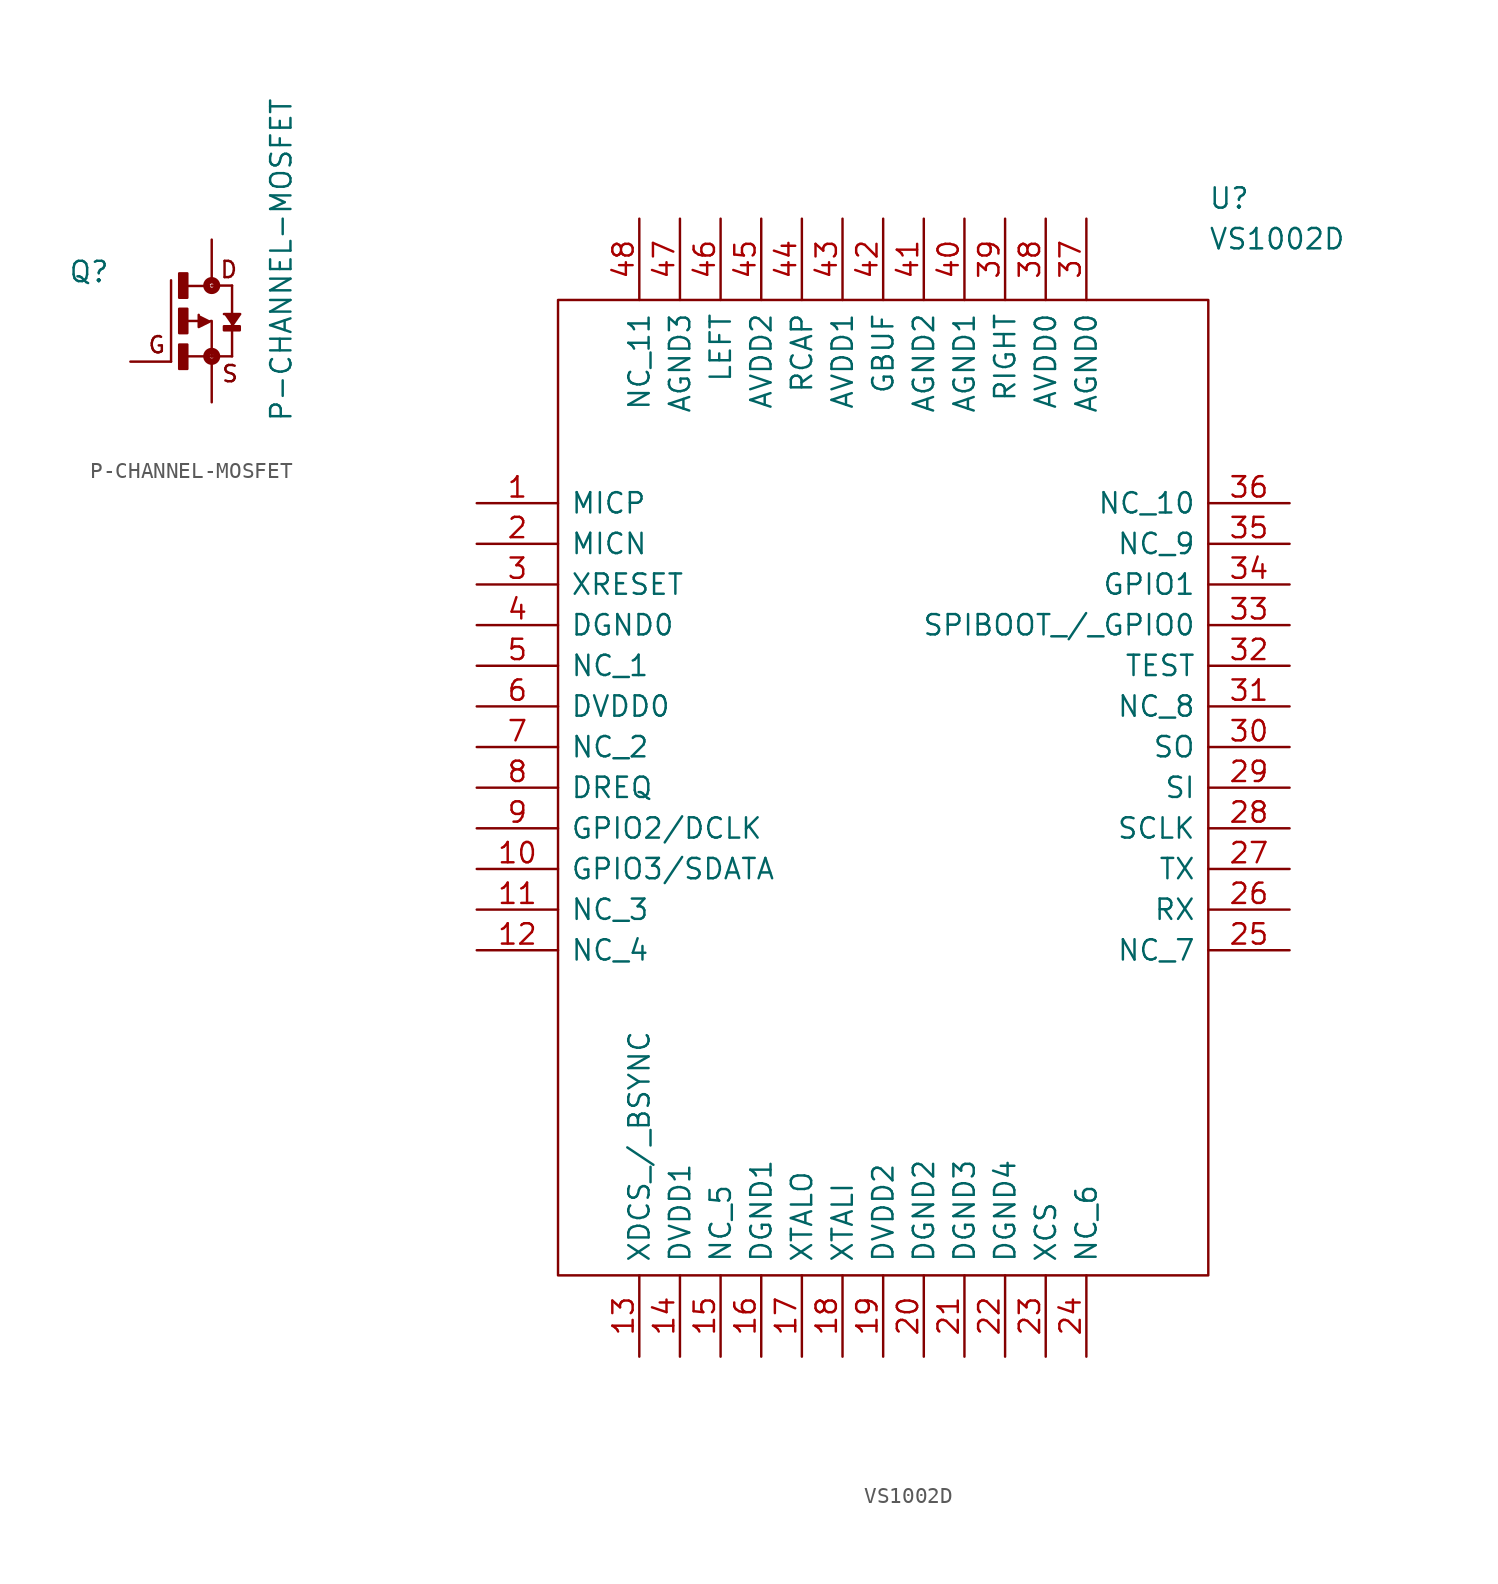
<source format=kicad_sym>
(kicad_symbol_lib
  (version 20231120)
  (generator "kicad_symbol_editor")
  (generator_version "8.0")
  (symbol "P-CHANNEL-MOSFET"
    (pin_names
      (offset 1.016))
    (property "Reference" "Q"
      (at -6.35 3.81 0)
      (effects (font (size 1.27 1.27)) (justify right top)))
    (property "Value" "P-CHANNEL-MOSFET"
      (at 5.08 -6.35 90)
      (effects (font (size 1.27 1.27)) (justify left bottom)))
    (property "ki_locked" ""
      (at 0 0 0)
      (effects (font (size 1.27 1.27))))
    (symbol "P-CHANNEL-MOSFET_1_0"
      (rectangle (start -2.032 -2.997) (end -1.524 -1.473) (stroke (width 0) (type solid)) (fill (type outline)))
      (rectangle (start -2.032 -0.762) (end -1.524 0.762) (stroke (width 0) (type solid)) (fill (type outline)))
      (rectangle (start -2.032 1.448) (end -1.524 2.972) (stroke (width 0) (type solid)) (fill (type outline)))
      (circle (center 0 -2.21) (radius 0.127) (stroke (width 0.406) (type solid)) (fill (type none)))
      (polyline (pts (xy -2.54 -2.54) (xy -2.54 2.54)) (stroke (width 0) (type solid)) (fill (type none)))
      (polyline (pts (xy -1.727 2.184) (xy -0.152 2.184)) (stroke (width 0) (type solid)) (fill (type none)))
      (polyline (pts (xy -1.651 -2.21) (xy 0.254 -2.21)) (stroke (width 0) (type solid)) (fill (type none)))
      (polyline (pts (xy -0.813 0) (xy -1.651 0)) (stroke (width 0) (type solid)) (fill (type none)))
      (polyline (pts (xy 0 0) (xy 0 -2.21)) (stroke (width 0) (type solid)) (fill (type none)))
      (polyline (pts (xy 0 2.21) (xy 1.27 2.21)) (stroke (width 0) (type solid)) (fill (type none)))
      (polyline (pts (xy 1.27 -2.21) (xy 0 -2.21)) (stroke (width 0) (type solid)) (fill (type none)))
      (polyline (pts (xy 1.27 2.21) (xy 1.27 -2.21)) (stroke (width 0) (type solid)) (fill (type none)))
      (polyline (pts (xy -0.051 0) (xy -0.813 -0.381) (xy -0.813 0.381)) (stroke (width 0) (type solid)) (fill (type outline)))
      (polyline (pts (xy 1.27 -0.305) (xy 1.778 0.432) (xy 0.762 0.432)) (stroke (width 0) (type solid)) (fill (type outline)))
      (circle (center 0 2.21) (radius 0.127) (stroke (width 0.406) (type solid)) (fill (type none)))
      (rectangle (start 0.762 -0.584) (end 1.753 -0.33) (stroke (width 0) (type solid)) (fill (type outline)))
      (text "D" (at 1.676 3.2 0) (effects (font (size 1.016 1.016)) (justify right)))
      (text "G" (at -4.039 -1.499 0) (effects (font (size 1.016 1.016)) (justify left)))
      (text "S" (at 1.727 -3.302 0) (effects (font (size 1.016 1.016)) (justify right)))
      (pin passive line (at -5.08 -2.54 0) (length 2.54) (name "G" (effects (font (size 0 0)))) (number "1" (effects (font (size 0 0)))))
      (pin passive line (at 0 -5.08 90) (length 2.54) (name "S" (effects (font (size 0 0)))) (number "2" (effects (font (size 0 0)))))
      (pin passive line (at 0 5.08 270) (length 2.54) (name "D" (effects (font (size 0 0)))) (number "3" (effects (font (size 0 0)))))))
  (symbol "VS1002D"
    (pin_names
      (offset 0.762))
    (property "Reference" "U"
      (at 20.32 35.56 0)
      (effects (font (size 1.27 1.27)) (justify left)))
    (property "Value" "VS1002D"
      (at 20.32 33.02 0)
      (effects (font (size 1.27 1.27)) (justify left)))
    (symbol "VS1002D_0_0"
      (pin bidirectional line (at -25.4 16.51 0) (length 5.08) (name "MICP" (effects (font (size 1.27 1.27)))) (number "1" (effects (font (size 1.27 1.27)))))
      (pin bidirectional line (at -25.4 -6.35 0) (length 5.08) (name "GPIO3/SDATA" (effects (font (size 1.27 1.27)))) (number "10" (effects (font (size 1.27 1.27)))))
      (pin bidirectional line (at -25.4 -8.89 0) (length 5.08) (name "NC_3" (effects (font (size 1.27 1.27)))) (number "11" (effects (font (size 1.27 1.27)))))
      (pin bidirectional line (at -25.4 -11.43 0) (length 5.08) (name "NC_4" (effects (font (size 1.27 1.27)))) (number "12" (effects (font (size 1.27 1.27)))))
      (pin bidirectional line (at -15.24 -36.83 90) (length 5.08) (name "XDCS_/_BSYNC" (effects (font (size 1.27 1.27)))) (number "13" (effects (font (size 1.27 1.27)))))
      (pin bidirectional line (at -12.7 -36.83 90) (length 5.08) (name "DVDD1" (effects (font (size 1.27 1.27)))) (number "14" (effects (font (size 1.27 1.27)))))
      (pin bidirectional line (at -10.16 -36.83 90) (length 5.08) (name "NC_5" (effects (font (size 1.27 1.27)))) (number "15" (effects (font (size 1.27 1.27)))))
      (pin bidirectional line (at -7.62 -36.83 90) (length 5.08) (name "DGND1" (effects (font (size 1.27 1.27)))) (number "16" (effects (font (size 1.27 1.27)))))
      (pin bidirectional line (at -5.08 -36.83 90) (length 5.08) (name "XTALO" (effects (font (size 1.27 1.27)))) (number "17" (effects (font (size 1.27 1.27)))))
      (pin bidirectional line (at -2.54 -36.83 90) (length 5.08) (name "XTALI" (effects (font (size 1.27 1.27)))) (number "18" (effects (font (size 1.27 1.27)))))
      (pin bidirectional line (at 0 -36.83 90) (length 5.08) (name "DVDD2" (effects (font (size 1.27 1.27)))) (number "19" (effects (font (size 1.27 1.27)))))
      (pin bidirectional line (at -25.4 13.97 0) (length 5.08) (name "MICN" (effects (font (size 1.27 1.27)))) (number "2" (effects (font (size 1.27 1.27)))))
      (pin bidirectional line (at 2.54 -36.83 90) (length 5.08) (name "DGND2" (effects (font (size 1.27 1.27)))) (number "20" (effects (font (size 1.27 1.27)))))
      (pin bidirectional line (at 5.08 -36.83 90) (length 5.08) (name "DGND3" (effects (font (size 1.27 1.27)))) (number "21" (effects (font (size 1.27 1.27)))))
      (pin bidirectional line (at 7.62 -36.83 90) (length 5.08) (name "DGND4" (effects (font (size 1.27 1.27)))) (number "22" (effects (font (size 1.27 1.27)))))
      (pin bidirectional line (at 10.16 -36.83 90) (length 5.08) (name "XCS" (effects (font (size 1.27 1.27)))) (number "23" (effects (font (size 1.27 1.27)))))
      (pin bidirectional line (at 12.7 -36.83 90) (length 5.08) (name "NC_6" (effects (font (size 1.27 1.27)))) (number "24" (effects (font (size 1.27 1.27)))))
      (pin bidirectional line (at 25.4 -11.43 180) (length 5.08) (name "NC_7" (effects (font (size 1.27 1.27)))) (number "25" (effects (font (size 1.27 1.27)))))
      (pin bidirectional line (at 25.4 -8.89 180) (length 5.08) (name "RX" (effects (font (size 1.27 1.27)))) (number "26" (effects (font (size 1.27 1.27)))))
      (pin bidirectional line (at 25.4 -6.35 180) (length 5.08) (name "TX" (effects (font (size 1.27 1.27)))) (number "27" (effects (font (size 1.27 1.27)))))
      (pin bidirectional line (at 25.4 -3.81 180) (length 5.08) (name "SCLK" (effects (font (size 1.27 1.27)))) (number "28" (effects (font (size 1.27 1.27)))))
      (pin bidirectional line (at 25.4 -1.27 180) (length 5.08) (name "SI" (effects (font (size 1.27 1.27)))) (number "29" (effects (font (size 1.27 1.27)))))
      (pin bidirectional line (at -25.4 11.43 0) (length 5.08) (name "XRESET" (effects (font (size 1.27 1.27)))) (number "3" (effects (font (size 1.27 1.27)))))
      (pin bidirectional line (at 25.4 1.27 180) (length 5.08) (name "SO" (effects (font (size 1.27 1.27)))) (number "30" (effects (font (size 1.27 1.27)))))
      (pin bidirectional line (at 25.4 3.81 180) (length 5.08) (name "NC_8" (effects (font (size 1.27 1.27)))) (number "31" (effects (font (size 1.27 1.27)))))
      (pin bidirectional line (at 25.4 6.35 180) (length 5.08) (name "TEST" (effects (font (size 1.27 1.27)))) (number "32" (effects (font (size 1.27 1.27)))))
      (pin bidirectional line (at 25.4 8.89 180) (length 5.08) (name "SPIBOOT_/_GPIO0" (effects (font (size 1.27 1.27)))) (number "33" (effects (font (size 1.27 1.27)))))
      (pin bidirectional line (at 25.4 11.43 180) (length 5.08) (name "GPIO1" (effects (font (size 1.27 1.27)))) (number "34" (effects (font (size 1.27 1.27)))))
      (pin bidirectional line (at 25.4 13.97 180) (length 5.08) (name "NC_9" (effects (font (size 1.27 1.27)))) (number "35" (effects (font (size 1.27 1.27)))))
      (pin bidirectional line (at 25.4 16.51 180) (length 5.08) (name "NC_10" (effects (font (size 1.27 1.27)))) (number "36" (effects (font (size 1.27 1.27)))))
      (pin bidirectional line (at 12.7 34.29 270) (length 5.08) (name "AGND0" (effects (font (size 1.27 1.27)))) (number "37" (effects (font (size 1.27 1.27)))))
      (pin bidirectional line (at 10.16 34.29 270) (length 5.08) (name "AVDD0" (effects (font (size 1.27 1.27)))) (number "38" (effects (font (size 1.27 1.27)))))
      (pin bidirectional line (at 7.62 34.29 270) (length 5.08) (name "RIGHT" (effects (font (size 1.27 1.27)))) (number "39" (effects (font (size 1.27 1.27)))))
      (pin bidirectional line (at -25.4 8.89 0) (length 5.08) (name "DGND0" (effects (font (size 1.27 1.27)))) (number "4" (effects (font (size 1.27 1.27)))))
      (pin bidirectional line (at 5.08 34.29 270) (length 5.08) (name "AGND1" (effects (font (size 1.27 1.27)))) (number "40" (effects (font (size 1.27 1.27)))))
      (pin bidirectional line (at 2.54 34.29 270) (length 5.08) (name "AGND2" (effects (font (size 1.27 1.27)))) (number "41" (effects (font (size 1.27 1.27)))))
      (pin bidirectional line (at 0 34.29 270) (length 5.08) (name "GBUF" (effects (font (size 1.27 1.27)))) (number "42" (effects (font (size 1.27 1.27)))))
      (pin bidirectional line (at -2.54 34.29 270) (length 5.08) (name "AVDD1" (effects (font (size 1.27 1.27)))) (number "43" (effects (font (size 1.27 1.27)))))
      (pin bidirectional line (at -5.08 34.29 270) (length 5.08) (name "RCAP" (effects (font (size 1.27 1.27)))) (number "44" (effects (font (size 1.27 1.27)))))
      (pin bidirectional line (at -7.62 34.29 270) (length 5.08) (name "AVDD2" (effects (font (size 1.27 1.27)))) (number "45" (effects (font (size 1.27 1.27)))))
      (pin bidirectional line (at -10.16 34.29 270) (length 5.08) (name "LEFT" (effects (font (size 1.27 1.27)))) (number "46" (effects (font (size 1.27 1.27)))))
      (pin bidirectional line (at -12.7 34.29 270) (length 5.08) (name "AGND3" (effects (font (size 1.27 1.27)))) (number "47" (effects (font (size 1.27 1.27)))))
      (pin bidirectional line (at -15.24 34.29 270) (length 5.08) (name "NC_11" (effects (font (size 1.27 1.27)))) (number "48" (effects (font (size 1.27 1.27)))))
      (pin bidirectional line (at -25.4 6.35 0) (length 5.08) (name "NC_1" (effects (font (size 1.27 1.27)))) (number "5" (effects (font (size 1.27 1.27)))))
      (pin bidirectional line (at -25.4 3.81 0) (length 5.08) (name "DVDD0" (effects (font (size 1.27 1.27)))) (number "6" (effects (font (size 1.27 1.27)))))
      (pin bidirectional line (at -25.4 1.27 0) (length 5.08) (name "NC_2" (effects (font (size 1.27 1.27)))) (number "7" (effects (font (size 1.27 1.27)))))
      (pin bidirectional line (at -25.4 -1.27 0) (length 5.08) (name "DREQ" (effects (font (size 1.27 1.27)))) (number "8" (effects (font (size 1.27 1.27)))))
      (pin bidirectional line (at -25.4 -3.81 0) (length 5.08) (name "GPIO2/DCLK" (effects (font (size 1.27 1.27)))) (number "9" (effects (font (size 1.27 1.27))))))
    (symbol "VS1002D_0_1"
      (polyline (pts (xy -20.32 29.21) (xy 20.32 29.21) (xy 20.32 -31.75) (xy -20.32 -31.75) (xy -20.32 29.21)) (stroke (width 0.152) (type solid)) (fill (type none))))))
</source>
